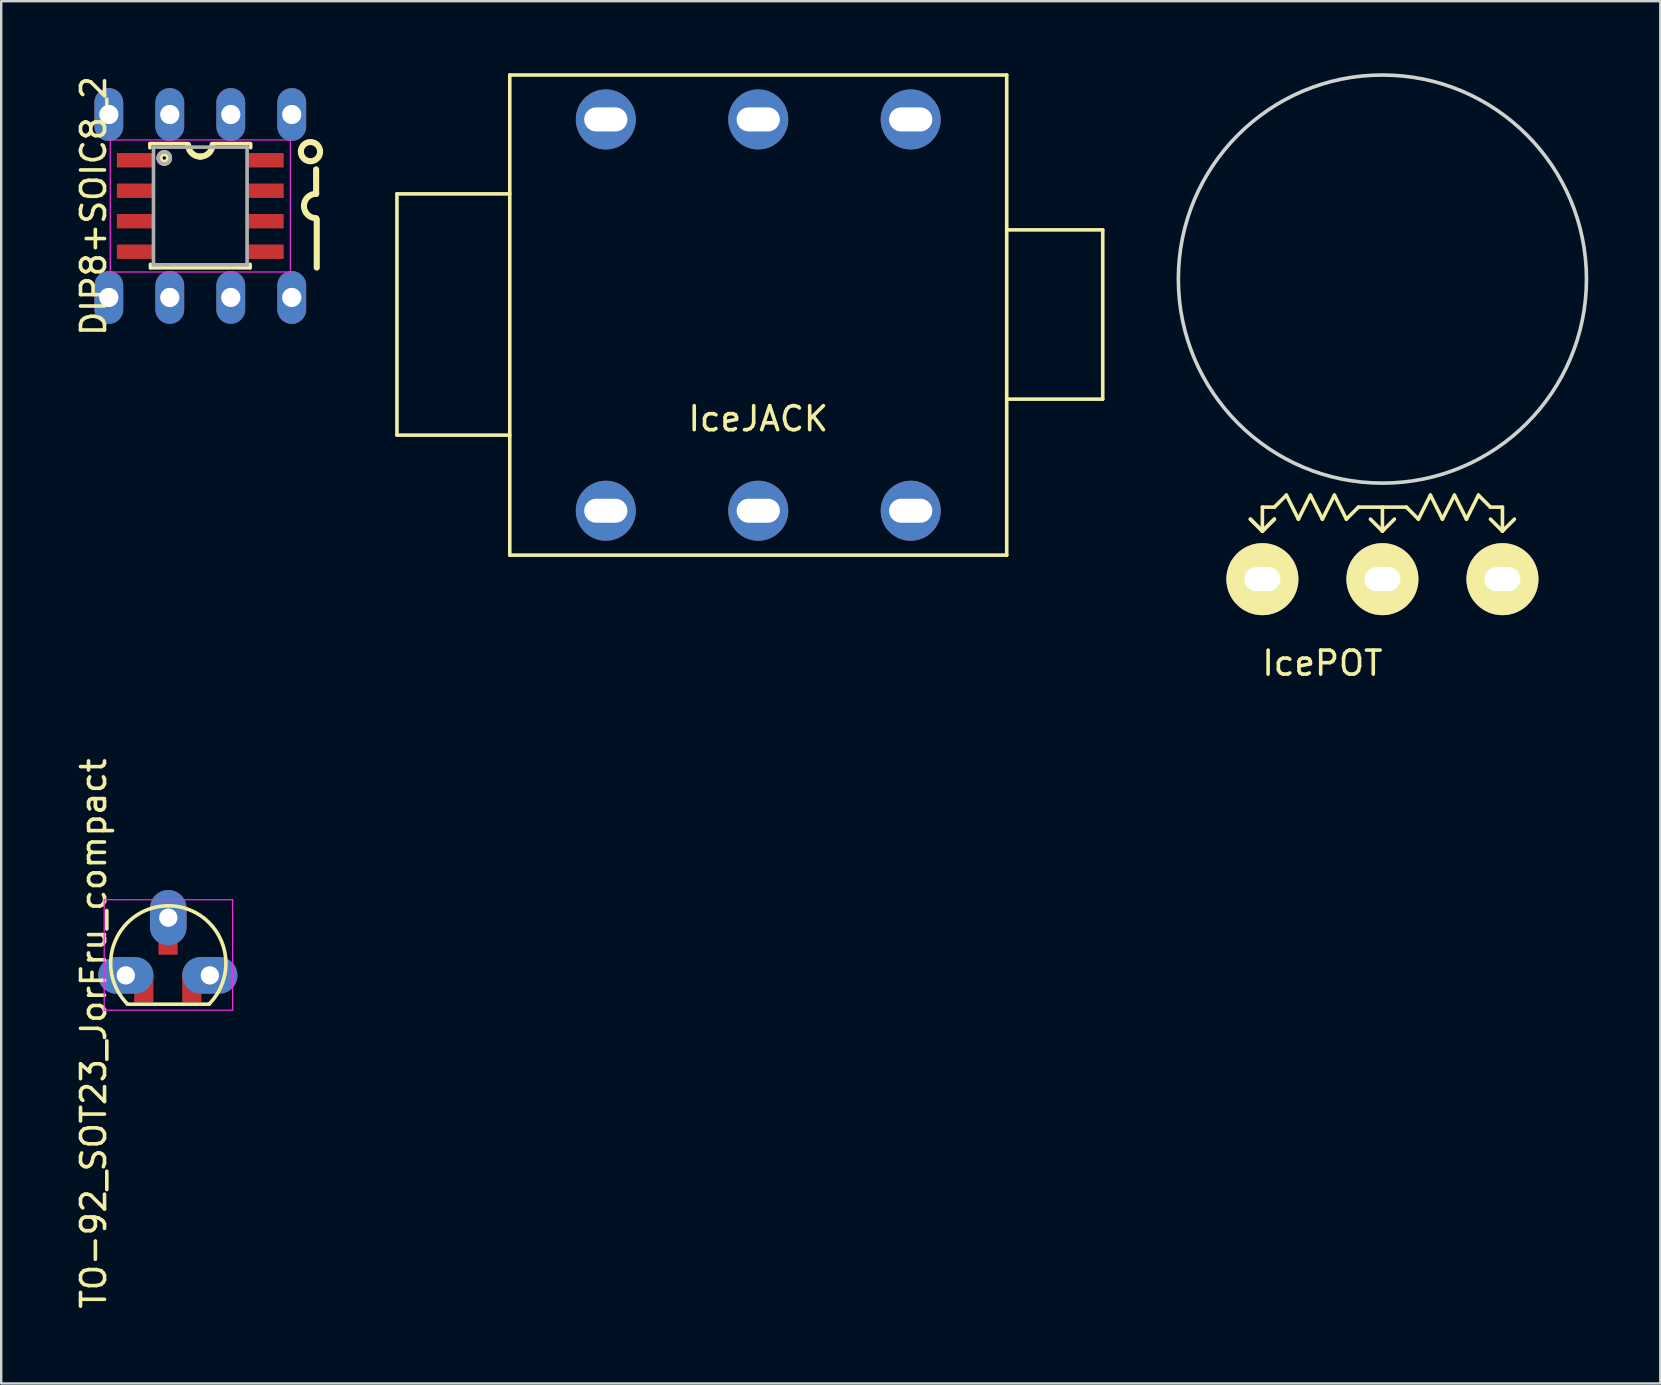
<source format=kicad_pcb>
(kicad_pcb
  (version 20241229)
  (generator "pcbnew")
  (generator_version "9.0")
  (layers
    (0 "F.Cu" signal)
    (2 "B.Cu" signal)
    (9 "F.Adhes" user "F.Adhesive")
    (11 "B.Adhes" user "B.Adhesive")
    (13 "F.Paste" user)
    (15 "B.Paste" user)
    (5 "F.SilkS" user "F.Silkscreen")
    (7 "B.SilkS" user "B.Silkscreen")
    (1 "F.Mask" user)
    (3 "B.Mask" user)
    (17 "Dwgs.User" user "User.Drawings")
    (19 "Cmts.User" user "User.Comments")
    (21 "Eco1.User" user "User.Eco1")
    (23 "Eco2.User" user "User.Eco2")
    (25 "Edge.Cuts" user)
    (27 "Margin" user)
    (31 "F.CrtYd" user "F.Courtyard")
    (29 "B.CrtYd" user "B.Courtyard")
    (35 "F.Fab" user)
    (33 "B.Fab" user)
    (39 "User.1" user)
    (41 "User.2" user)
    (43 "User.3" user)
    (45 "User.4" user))
  (footprint "DIP8+SOIC8_2"
    (layer "F.Cu")
    (at 5.293 5.53)
    (property "Reference" "DIP8+SOIC8_2" (at -4.445 0 90) (layer "F.SilkS") (effects (font (size 1 1) (thickness 0.15))))
    (attr smd)
    (fp_line (start -2.1 -2.6) (end -0.5 -2.6) (stroke (width 0.15) (type solid)) (layer "F.SilkS"))
    (fp_line (start -2.1 -2.425) (end -2.1 -2.57) (stroke (width 0.15) (type solid)) (layer "F.SilkS"))
    (fp_line (start -2.075 2.575) (end -2.075 2.43) (stroke (width 0.15) (type solid)) (layer "F.SilkS"))
    (fp_line (start -2.075 2.575) (end 2.075 2.575) (stroke (width 0.15) (type solid)) (layer "F.SilkS"))
    (fp_line (start 0.49 -2.6) (end 2.09 -2.6) (stroke (width 0.15) (type solid)) (layer "F.SilkS"))
    (fp_line (start 2.075 2.575) (end 2.075 2.43) (stroke (width 0.15) (type solid)) (layer "F.SilkS"))
    (fp_line (start 2.1 -2.575) (end 2.1 -2.43) (stroke (width 0.15) (type solid)) (layer "F.SilkS"))
    (fp_line (start 4.826 -0.508) (end 4.826 -1.524) (stroke (width 0.254) (type solid)) (layer "F.SilkS"))
    (fp_line (start 4.851 2.565) (end 4.851 0.559) (stroke (width 0.254) (type solid)) (layer "F.SilkS"))
    (fp_arc (start 0.0254 -2.0574) (mid -0.34125 -2.188229) (end -0.508 -2.54) (stroke (width 0.254) (type solid)) (layer "F.SilkS"))
    (fp_arc (start 0.508 -2.54) (mid 0.34125 -2.188229) (end -0.0254 -2.0574) (stroke (width 0.254) (type solid)) (layer "F.SilkS"))
    (fp_arc (start 4.826 0.508) (mid 4.318 0) (end 4.826 -0.508) (stroke (width 0.254) (type solid)) (layer "F.SilkS"))
    (fp_circle (center -1.5 -2) (end -1.3 -2) (stroke (width 0.254) (type solid)) (fill no) (layer "F.SilkS"))
    (fp_circle (center 4.59 -2.264) (end 4.59 -2.664) (stroke (width 0.254) (type solid)) (fill no) (layer "F.SilkS"))
    (fp_line (start -3.75 -2.75) (end -3.75 2.75) (stroke (width 0.05) (type solid)) (layer "F.CrtYd"))
    (fp_line (start -3.75 -2.75) (end 3.75 -2.75) (stroke (width 0.05) (type solid)) (layer "F.CrtYd"))
    (fp_line (start -3.75 2.75) (end 3.75 2.75) (stroke (width 0.05) (type solid)) (layer "F.CrtYd"))
    (fp_line (start 3.75 -2.75) (end 3.75 2.75) (stroke (width 0.05) (type solid)) (layer "F.CrtYd"))
    (fp_line (start -1.95 -2.45) (end -1.95 2.45) (stroke (width 0.15) (type solid)) (layer "F.Fab"))
    (fp_line (start -1.95 2.45) (end 1.95 2.45) (stroke (width 0.15) (type solid)) (layer "F.Fab"))
    (fp_line (start 1.95 -2.45) (end -1.95 -2.45) (stroke (width 0.15) (type solid)) (layer "F.Fab"))
    (fp_line (start 1.95 2.45) (end 1.95 -2.45) (stroke (width 0.15) (type solid)) (layer "F.Fab"))
    (fp_circle (center -1.5 -2) (end -1.75 -2) (stroke (width 0.15) (type solid)) (fill no) (layer "F.Fab"))
    (pad "1" smd rect (at -2.7 -1.905) (size 1.55 0.6) (layers "F.Cu" "F.Mask" "F.Paste"))
    (pad "1" thru_hole oval (at 3.81 -3.81) (size 1.2 2.2) (drill 0.8) (layers "*.Cu" "*.Mask"))
    (pad "2" smd rect (at -2.7 -0.635) (size 1.55 0.6) (layers "F.Cu" "F.Mask" "F.Paste"))
    (pad "2" thru_hole oval (at 1.27 -3.81) (size 1.2 2.2) (drill 0.8) (layers "*.Cu" "*.Mask"))
    (pad "3" smd rect (at -2.7 0.635) (size 1.55 0.6) (layers "F.Cu" "F.Mask" "F.Paste"))
    (pad "3" thru_hole oval (at -1.27 -3.81) (size 1.2 2.2) (drill 0.8) (layers "*.Cu" "*.Mask"))
    (pad "4" thru_hole oval (at -3.81 -3.81) (size 1.2 2.2) (drill 0.8) (layers "*.Cu" "*.Mask"))
    (pad "4" smd rect (at -2.7 1.905) (size 1.55 0.6) (layers "F.Cu" "F.Mask" "F.Paste"))
    (pad "5" thru_hole oval (at -3.81 3.81) (size 1.2 2.2) (drill 0.8) (layers "*.Cu" "*.Mask"))
    (pad "5" smd rect (at 2.7 1.905) (size 1.55 0.6) (layers "F.Cu" "F.Mask" "F.Paste"))
    (pad "6" thru_hole oval (at -1.27 3.81) (size 1.2 2.2) (drill 0.8) (layers "*.Cu" "*.Mask"))
    (pad "6" smd rect (at 2.7 0.635) (size 1.55 0.6) (layers "F.Cu" "F.Mask" "F.Paste"))
    (pad "7" thru_hole oval (at 1.27 3.81) (size 1.2 2.2) (drill 0.8) (layers "*.Cu" "*.Mask"))
    (pad "7" smd rect (at 2.7 -0.635) (size 1.55 0.6) (layers "F.Cu" "F.Mask" "F.Paste"))
    (pad "8" smd rect (at 2.7 -1.905) (size 1.55 0.6) (layers "F.Cu" "F.Mask" "F.Paste"))
    (pad "8" thru_hole oval (at 3.81 3.81) (size 1.2 2.2) (drill 0.8) (layers "*.Cu" "*.Mask")))
  (footprint "IcePOT"
    (layer "F.Cu")
    (at 54.535 8.575)
    (property "Reference" "IcePOT" (at -2.5 16 0) (layer "F.SilkS") (effects (font (size 1 1) (thickness 0.15))))
    (attr through_hole)
    (fp_line (start -5.5 10) (end -5 10.5) (stroke (width 0.15) (type solid)) (layer "F.SilkS"))
    (fp_line (start -5 9.5) (end -4.5 9.5) (stroke (width 0.15) (type solid)) (layer "F.SilkS"))
    (fp_line (start -5 10.5) (end -5.5 10) (stroke (width 0.15) (type solid)) (layer "F.SilkS"))
    (fp_line (start -5 10.5) (end -5 9.5) (stroke (width 0.15) (type solid)) (layer "F.SilkS"))
    (fp_line (start -5 10.5) (end -4.5 10) (stroke (width 0.15) (type solid)) (layer "F.SilkS"))
    (fp_line (start -4.5 9.5) (end -4 9) (stroke (width 0.15) (type solid)) (layer "F.SilkS"))
    (fp_line (start -4.5 10) (end -5 10.5) (stroke (width 0.15) (type solid)) (layer "F.SilkS"))
    (fp_line (start -4 9) (end -3.5 10) (stroke (width 0.15) (type solid)) (layer "F.SilkS"))
    (fp_line (start -3.5 10) (end -3 9) (stroke (width 0.15) (type solid)) (layer "F.SilkS"))
    (fp_line (start -3 9) (end -2.5 10) (stroke (width 0.15) (type solid)) (layer "F.SilkS"))
    (fp_line (start -2.5 10) (end -2 9) (stroke (width 0.15) (type solid)) (layer "F.SilkS"))
    (fp_line (start -2 9) (end -1.5 10) (stroke (width 0.15) (type solid)) (layer "F.SilkS"))
    (fp_line (start -1.5 10) (end -1 9.5) (stroke (width 0.15) (type solid)) (layer "F.SilkS"))
    (fp_line (start -1 9.5) (end 1 9.5) (stroke (width 0.15) (type solid)) (layer "F.SilkS"))
    (fp_line (start 0 9.5) (end 0 10.5) (stroke (width 0.15) (type solid)) (layer "F.SilkS"))
    (fp_line (start 0 10.5) (end -0.5 10) (stroke (width 0.15) (type solid)) (layer "F.SilkS"))
    (fp_line (start 0 10.5) (end 0.5 10) (stroke (width 0.15) (type solid)) (layer "F.SilkS"))
    (fp_line (start 1 9.5) (end 1.5 10) (stroke (width 0.15) (type solid)) (layer "F.SilkS"))
    (fp_line (start 1.5 10) (end 2 9) (stroke (width 0.15) (type solid)) (layer "F.SilkS"))
    (fp_line (start 2 9) (end 2.5 10) (stroke (width 0.15) (type solid)) (layer "F.SilkS"))
    (fp_line (start 2.5 10) (end 3 9) (stroke (width 0.15) (type solid)) (layer "F.SilkS"))
    (fp_line (start 3 9) (end 3.5 10) (stroke (width 0.15) (type solid)) (layer "F.SilkS"))
    (fp_line (start 3.5 10) (end 4 9) (stroke (width 0.15) (type solid)) (layer "F.SilkS"))
    (fp_line (start 4 9) (end 4.5 9.5) (stroke (width 0.15) (type solid)) (layer "F.SilkS"))
    (fp_line (start 4.5 9.5) (end 5 9.5) (stroke (width 0.15) (type solid)) (layer "F.SilkS"))
    (fp_line (start 5 9.5) (end 5 10.5) (stroke (width 0.15) (type solid)) (layer "F.SilkS"))
    (fp_line (start 5 10.5) (end 4.5 10) (stroke (width 0.15) (type solid)) (layer "F.SilkS"))
    (fp_line (start 5 10.5) (end 5.5 10) (stroke (width 0.15) (type solid)) (layer "F.SilkS"))
    (fp_circle (center 0 0) (end 8.5 0) (stroke (width 0.15) (type solid)) (fill no) (layer "Edge.Cuts"))
    (pad "1" thru_hole oval (at -5 12.5) (size 3 3) (drill oval 1.5 1) (layers "*.Cu" "*.Mask" "F.SilkS"))
    (pad "2" thru_hole oval (at 0 12.5) (size 3 3) (drill oval 1.5 1) (layers "*.Cu" "*.Mask" "F.SilkS"))
    (pad "3" thru_hole oval (at 5 12.5) (size 3 3) (drill oval 1.5 1) (layers "*.Cu" "*.Mask" "F.SilkS")))
  (footprint "IceJACK"
    (layer "F.Cu")
    (at 28.535 10.075)
    (property "Reference" "IceJACK" (at 0 4.318 0) (layer "F.SilkS") (effects (font (size 1 1) (thickness 0.15))))
    (attr through_hole)
    (fp_line (start -15.05 -5.05) (end -10.35 -5.05) (stroke (width 0.15) (type solid)) (layer "F.SilkS"))
    (fp_line (start -15.05 5) (end -15.05 -5.05) (stroke (width 0.15) (type solid)) (layer "F.SilkS"))
    (fp_line (start -10.35 -10) (end -10.35 10) (stroke (width 0.15) (type solid)) (layer "F.SilkS"))
    (fp_line (start -10.35 5) (end -15.05 5) (stroke (width 0.15) (type solid)) (layer "F.SilkS"))
    (fp_line (start -10.35 10) (end 10.35 10) (stroke (width 0.15) (type solid)) (layer "F.SilkS"))
    (fp_line (start 10.35 -10) (end -10.35 -10) (stroke (width 0.15) (type solid)) (layer "F.SilkS"))
    (fp_line (start 10.35 -3.55) (end 14.35 -3.55) (stroke (width 0.15) (type solid)) (layer "F.SilkS"))
    (fp_line (start 10.35 10) (end 10.35 -10) (stroke (width 0.15) (type solid)) (layer "F.SilkS"))
    (fp_line (start 14.35 -3.55) (end 14.35 3.5) (stroke (width 0.15) (type solid)) (layer "F.SilkS"))
    (fp_line (start 14.35 3.5) (end 10.35 3.5) (stroke (width 0.15) (type solid)) (layer "F.SilkS"))
    (pad "1" thru_hole circle (at 6.35 8.15) (size 2.5 2.5) (drill oval 1.8 1) (layers "*.Cu" "*.Mask"))
    (pad "2" thru_hole circle (at 0 8.15) (size 2.5 2.5) (drill oval 1.8 1) (layers "*.Cu" "*.Mask"))
    (pad "3" thru_hole circle (at -6.35 8.15) (size 2.5 2.5) (drill oval 1.8 1) (layers "*.Cu" "*.Mask"))
    (pad "4" thru_hole circle (at 6.35 -8.15) (size 2.5 2.5) (drill oval 1.8 1) (layers "*.Cu" "*.Mask"))
    (pad "5" thru_hole circle (at 0 -8.15) (size 2.5 2.5) (drill oval 1.8 1) (layers "*.Cu" "*.Mask"))
    (pad "6" thru_hole circle (at -6.35 -8.15) (size 2.5 2.5) (drill oval 1.8 1) (layers "*.Cu" "*.Mask")))
  (footprint "TO-92_SOT23_JorFru_compact"
    (layer "F.Cu")
    (at 2.69 37.08)
    (property "Reference" "TO-92_SOT23_JorFru_compact" (at -1.841 2.921 270) (layer "F.SilkS") (effects (font (size 1 1) (thickness 0.15))))
    (attr through_hole)
    (fp_line (start -0.43 1.7) (end 2.97 1.7) (stroke (width 0.15) (type solid)) (layer "F.SilkS"))
    (fp_arc (start -0.427056 1.697056) (mid -0.947311 -0.91844) (end 1.27 -2.4) (stroke (width 0.15) (type solid)) (layer "F.SilkS"))
    (fp_arc (start 1.27 -2.4) (mid 3.487311 -0.91844) (end 2.967056 1.697056) (stroke (width 0.15) (type solid)) (layer "F.SilkS"))
    (fp_line (start -1.4 -2.65) (end 3.95 -2.65) (stroke (width 0.05) (type solid)) (layer "F.CrtYd"))
    (fp_line (start -1.4 1.95) (end -1.4 -2.65) (stroke (width 0.05) (type solid)) (layer "F.CrtYd"))
    (fp_line (start -1.4 1.95) (end 3.95 1.95) (stroke (width 0.05) (type solid)) (layer "F.CrtYd"))
    (fp_line (start 3.95 1.95) (end 3.95 -2.65) (stroke (width 0.05) (type solid)) (layer "F.CrtYd"))
    (pad "1" thru_hole oval (at -0.5 0.5) (size 2.3 1.524) (drill 0.762) (layers "*.Cu" "*.Mask"))
    (pad "1" smd rect (at 0.25 1.07) (size 0.8 1.1) (layers "F.Cu" "F.Mask" "F.Paste"))
    (pad "2" smd rect (at 1.26 -0.91) (size 0.8 1.1) (layers "F.Cu" "F.Mask" "F.Paste"))
    (pad "2" thru_hole oval (at 1.27 -1.905 90) (size 2.3 1.524) (drill 0.762) (layers "*.Cu" "*.Mask"))
    (pad "3" smd rect (at 2.25 1.07) (size 0.8 1.1) (layers "F.Cu" "F.Mask" "F.Paste"))
    (pad "3" thru_hole oval (at 3 0.5) (size 2.3 1.524) (drill 0.762) (layers "*.Cu" "*.Mask")))
  (gr_rect
    (start -3 -3)
    (end 66.11 54.578)
    (stroke (width 0.1) (type default))
    (fill no)
    (layer "Edge.Cuts")))
</source>
